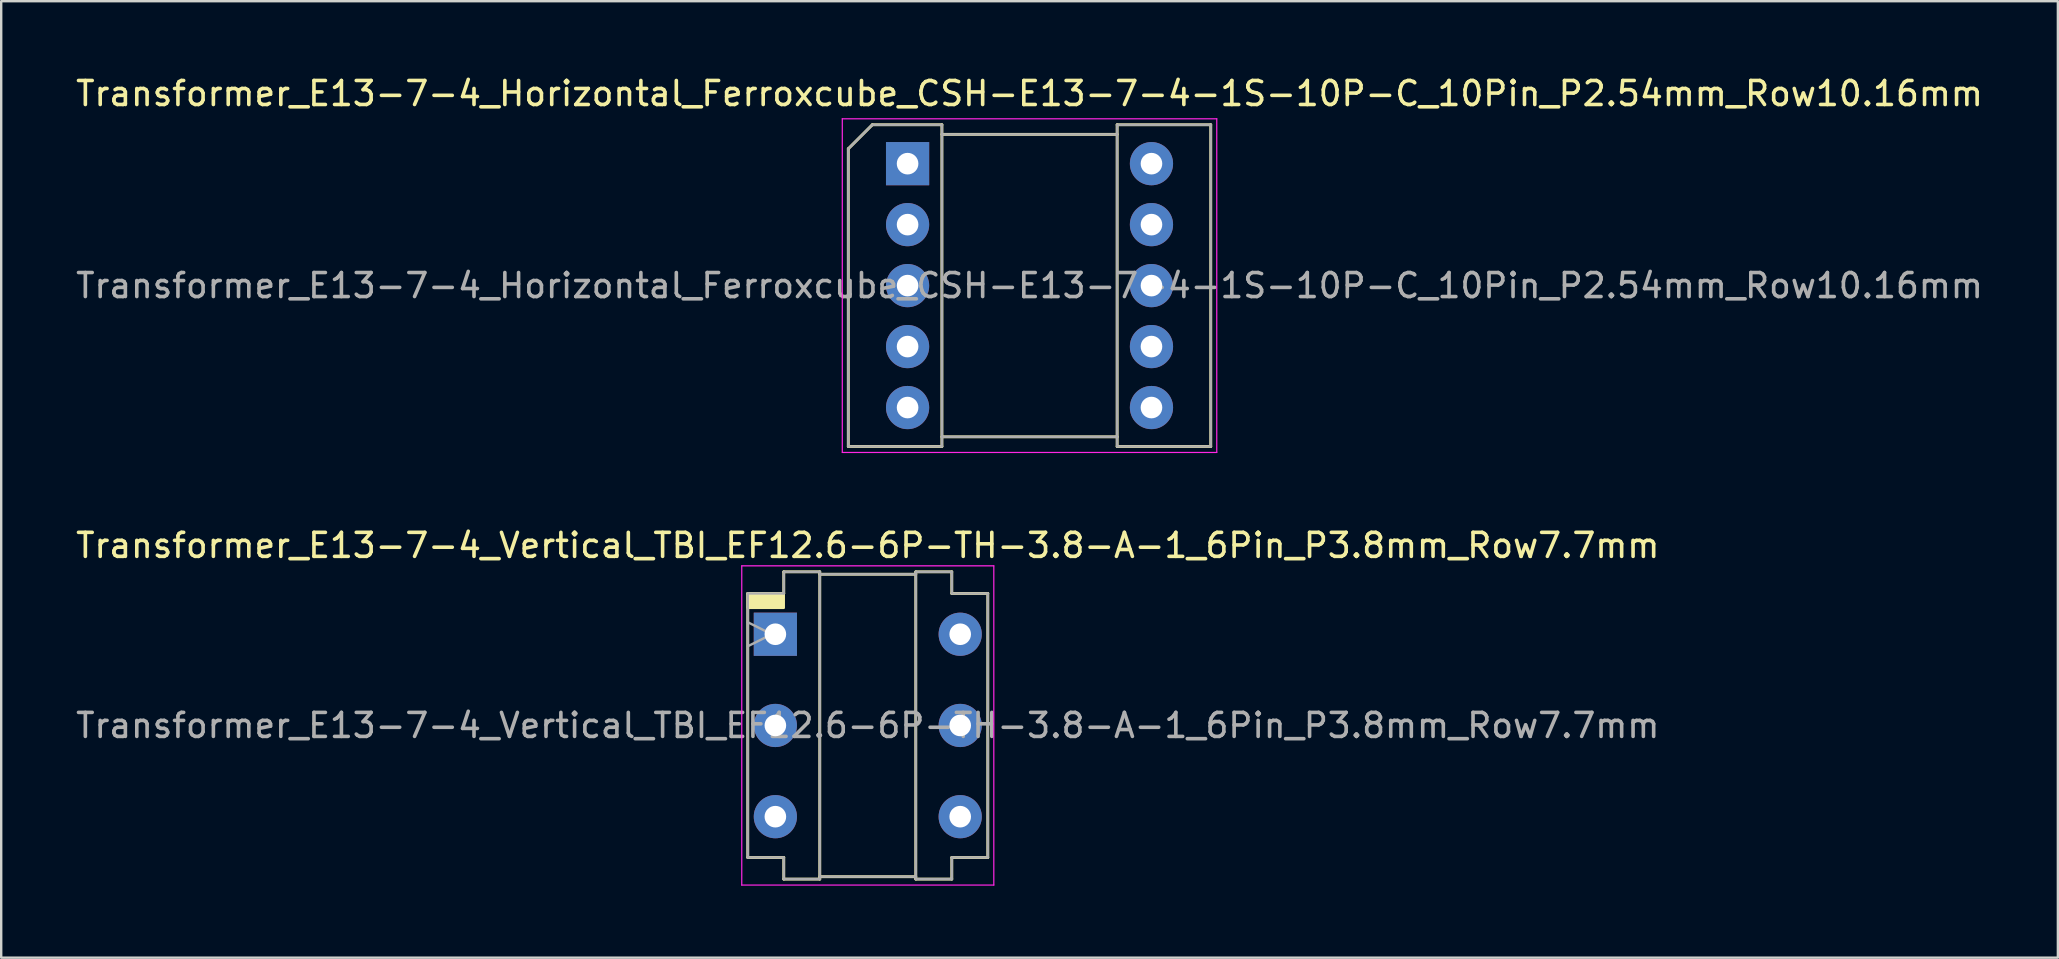
<source format=kicad_pcb>
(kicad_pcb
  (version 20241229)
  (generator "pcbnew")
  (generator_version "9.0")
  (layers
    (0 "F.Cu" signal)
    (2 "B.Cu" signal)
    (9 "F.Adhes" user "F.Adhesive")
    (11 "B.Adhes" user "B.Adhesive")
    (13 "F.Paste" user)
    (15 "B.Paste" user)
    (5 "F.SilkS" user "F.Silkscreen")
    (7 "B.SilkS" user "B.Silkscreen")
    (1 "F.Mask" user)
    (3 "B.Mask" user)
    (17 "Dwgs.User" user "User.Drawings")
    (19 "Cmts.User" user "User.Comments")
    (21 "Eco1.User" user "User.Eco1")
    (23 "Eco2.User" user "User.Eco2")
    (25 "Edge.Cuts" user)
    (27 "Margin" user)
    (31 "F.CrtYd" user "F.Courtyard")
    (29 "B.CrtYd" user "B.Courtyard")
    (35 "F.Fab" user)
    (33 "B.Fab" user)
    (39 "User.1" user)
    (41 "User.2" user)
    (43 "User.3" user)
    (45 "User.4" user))
  (footprint "Transformer_E13-7-4_Horizontal_Ferroxcube_CSH-E13-7-4-1S-10P-C_10Pin_P2.54mm_Row10.16mm"
    (layer "F.Cu")
    (at 34.759 3.768)
    (property "Reference" "Transformer_E13-7-4_Horizontal_Ferroxcube_CSH-E13-7-4-1S-10P-C_10Pin_P2.54mm_Row10.16mm" (at 5.08 -2.92 0) (layer "F.SilkS") (effects (font (size 1 1) (thickness 0.15))))
    (attr through_hole)
    (fp_line (start -2.47 11.78) (end -2.47 -0.62) (stroke (width 0.12) (type solid)) (layer "F.SilkS"))
    (fp_line (start -2.47 11.78) (end 1.43 11.78) (stroke (width 0.12) (type solid)) (layer "F.SilkS"))
    (fp_line (start -1.47 -1.62) (end -2.47 -0.62) (stroke (width 0.12) (type solid)) (layer "F.SilkS"))
    (fp_line (start -1.47 -1.62) (end 1.43 -1.62) (stroke (width 0.12) (type solid)) (layer "F.SilkS"))
    (fp_line (start 1.43 -1.22) (end 8.73 -1.22) (stroke (width 0.12) (type solid)) (layer "F.SilkS"))
    (fp_line (start 1.43 11.78) (end 1.43 -1.62) (stroke (width 0.12) (type solid)) (layer "F.SilkS"))
    (fp_line (start 8.73 -1.62) (end 8.73 11.78) (stroke (width 0.12) (type solid)) (layer "F.SilkS"))
    (fp_line (start 8.73 11.38) (end 1.43 11.38) (stroke (width 0.12) (type solid)) (layer "F.SilkS"))
    (fp_line (start 12.63 -1.62) (end 8.73 -1.62) (stroke (width 0.12) (type solid)) (layer "F.SilkS"))
    (fp_line (start 12.63 -1.62) (end 12.63 11.78) (stroke (width 0.12) (type solid)) (layer "F.SilkS"))
    (fp_line (start 12.63 11.78) (end 8.73 11.78) (stroke (width 0.12) (type solid)) (layer "F.SilkS"))
    (fp_line (start -2.72 -1.87) (end -2.72 12.03) (stroke (width 0.05) (type solid)) (layer "F.CrtYd"))
    (fp_line (start -2.72 -1.87) (end 12.88 -1.87) (stroke (width 0.05) (type solid)) (layer "F.CrtYd"))
    (fp_line (start -2.72 12.03) (end 12.88 12.03) (stroke (width 0.05) (type solid)) (layer "F.CrtYd"))
    (fp_line (start 12.88 -1.87) (end 12.88 12.03) (stroke (width 0.05) (type solid)) (layer "F.CrtYd"))
    (fp_line (start -2.47 11.78) (end -2.47 -0.62) (stroke (width 0.1) (type solid)) (layer "F.Fab"))
    (fp_line (start -2.47 11.78) (end 1.43 11.78) (stroke (width 0.1) (type solid)) (layer "F.Fab"))
    (fp_line (start -1.47 -1.62) (end -2.47 -0.62) (stroke (width 0.1) (type solid)) (layer "F.Fab"))
    (fp_line (start -1.47 -1.62) (end 1.43 -1.62) (stroke (width 0.1) (type solid)) (layer "F.Fab"))
    (fp_line (start 1.43 -1.22) (end 8.73 -1.22) (stroke (width 0.1) (type solid)) (layer "F.Fab"))
    (fp_line (start 1.43 11.78) (end 1.43 -1.62) (stroke (width 0.1) (type solid)) (layer "F.Fab"))
    (fp_line (start 8.73 -1.62) (end 8.73 11.78) (stroke (width 0.1) (type solid)) (layer "F.Fab"))
    (fp_line (start 8.73 11.38) (end 1.43 11.38) (stroke (width 0.1) (type solid)) (layer "F.Fab"))
    (fp_line (start 12.63 -1.62) (end 8.73 -1.62) (stroke (width 0.1) (type solid)) (layer "F.Fab"))
    (fp_line (start 12.63 -1.62) (end 12.63 11.78) (stroke (width 0.1) (type solid)) (layer "F.Fab"))
    (fp_line (start 12.63 11.78) (end 8.73 11.78) (stroke (width 0.1) (type solid)) (layer "F.Fab"))
    (fp_text user "${REFERENCE}" (at 5.08 5.08 0) (layer "F.Fab") (effects (font (size 1 1) (thickness 0.15))))
    (pad "1" thru_hole rect (at 0 0) (size 1.8 1.8) (drill 0.9) (layers "*.Cu" "*.Mask"))
    (pad "2" thru_hole circle (at 0 2.54) (size 1.8 1.8) (drill 0.9) (layers "*.Cu" "*.Mask"))
    (pad "3" thru_hole circle (at 0 5.08) (size 1.8 1.8) (drill 0.9) (layers "*.Cu" "*.Mask"))
    (pad "4" thru_hole circle (at 0 7.62) (size 1.8 1.8) (drill 0.9) (layers "*.Cu" "*.Mask"))
    (pad "5" thru_hole circle (at 0 10.16) (size 1.8 1.8) (drill 0.9) (layers "*.Cu" "*.Mask"))
    (pad "6" thru_hole circle (at 10.16 10.16) (size 1.8 1.8) (drill 0.9) (layers "*.Cu" "*.Mask"))
    (pad "7" thru_hole circle (at 10.16 7.62) (size 1.8 1.8) (drill 0.9) (layers "*.Cu" "*.Mask"))
    (pad "8" thru_hole circle (at 10.16 5.08) (size 1.8 1.8) (drill 0.9) (layers "*.Cu" "*.Mask"))
    (pad "9" thru_hole circle (at 10.16 2.54) (size 1.8 1.8) (drill 0.9) (layers "*.Cu" "*.Mask"))
    (pad "10" thru_hole circle (at 10.16 0) (size 1.8 1.8) (drill 0.9) (layers "*.Cu" "*.Mask")))
  (footprint "Transformer_E13-7-4_Vertical_TBI_EF12.6-6P-TH-3.8-A-1_6Pin_P3.8mm_Row7.7mm"
    (layer "F.Cu")
    (at 33.101 27.172)
    (property "Reference" "Transformer_E13-7-4_Vertical_TBI_EF12.6-6P-TH-3.8-A-1_6Pin_P3.8mm_Row7.7mm" (at 0 -7.5 0) (layer "F.SilkS") (effects (font (size 1 1) (thickness 0.15))))
    (attr through_hole)
    (fp_line (start -5 5.5) (end -5 -5.5) (stroke (width 0.12) (type solid)) (layer "F.SilkS"))
    (fp_line (start -3.5 -6.4) (end -3.5 -5.5) (stroke (width 0.12) (type solid)) (layer "F.SilkS"))
    (fp_line (start -3.5 -6.4) (end -2 -6.4) (stroke (width 0.12) (type solid)) (layer "F.SilkS"))
    (fp_line (start -3.5 -5.5) (end -5 -5.5) (stroke (width 0.12) (type solid)) (layer "F.SilkS"))
    (fp_line (start -3.5 5.5) (end -5 5.5) (stroke (width 0.12) (type solid)) (layer "F.SilkS"))
    (fp_line (start -3.5 5.5) (end -3.5 6.4) (stroke (width 0.12) (type solid)) (layer "F.SilkS"))
    (fp_line (start -3.5 6.4) (end -2 6.4) (stroke (width 0.12) (type solid)) (layer "F.SilkS"))
    (fp_line (start -2 -6.3) (end 2 -6.3) (stroke (width 0.12) (type solid)) (layer "F.SilkS"))
    (fp_line (start -2 6.4) (end -2 -6.4) (stroke (width 0.12) (type solid)) (layer "F.SilkS"))
    (fp_line (start 2 -6.4) (end 2 6.4) (stroke (width 0.12) (type solid)) (layer "F.SilkS"))
    (fp_line (start 2 6.3) (end -2 6.3) (stroke (width 0.12) (type solid)) (layer "F.SilkS"))
    (fp_line (start 3.5 -6.4) (end 2 -6.4) (stroke (width 0.12) (type solid)) (layer "F.SilkS"))
    (fp_line (start 3.5 -6.4) (end 3.5 -5.5) (stroke (width 0.12) (type solid)) (layer "F.SilkS"))
    (fp_line (start 3.5 5.5) (end 3.5 6.4) (stroke (width 0.12) (type solid)) (layer "F.SilkS"))
    (fp_line (start 3.5 6.4) (end 2 6.4) (stroke (width 0.12) (type solid)) (layer "F.SilkS"))
    (fp_line (start 5 -5.5) (end 3.5 -5.5) (stroke (width 0.12) (type solid)) (layer "F.SilkS"))
    (fp_line (start 5 -5.5) (end 5 5.5) (stroke (width 0.12) (type solid)) (layer "F.SilkS"))
    (fp_line (start 5 5.5) (end 3.5 5.5) (stroke (width 0.12) (type solid)) (layer "F.SilkS"))
    (fp_poly (pts (xy -5 -5.5) (xy -3.5 -5.5) (xy -3.5 -4.9) (xy -5 -4.9)) (stroke (width 0.1) (type solid)) (fill yes) (layer "F.SilkS"))
    (fp_line (start -5.25 -6.65) (end -5.25 6.65) (stroke (width 0.05) (type solid)) (layer "F.CrtYd"))
    (fp_line (start -5.25 -6.65) (end 5.25 -6.65) (stroke (width 0.05) (type solid)) (layer "F.CrtYd"))
    (fp_line (start -5.25 6.65) (end 5.25 6.65) (stroke (width 0.05) (type solid)) (layer "F.CrtYd"))
    (fp_line (start 5.25 -6.65) (end 5.25 6.65) (stroke (width 0.05) (type solid)) (layer "F.CrtYd"))
    (fp_line (start -5 -4.3) (end -4 -3.8) (stroke (width 0.1) (type solid)) (layer "F.Fab"))
    (fp_line (start -5 5.5) (end -5 -5.5) (stroke (width 0.1) (type solid)) (layer "F.Fab"))
    (fp_line (start -4 -3.8) (end -5 -3.3) (stroke (width 0.1) (type solid)) (layer "F.Fab"))
    (fp_line (start -3.5 -6.4) (end -3.5 -5.5) (stroke (width 0.1) (type solid)) (layer "F.Fab"))
    (fp_line (start -3.5 -6.4) (end -2 -6.4) (stroke (width 0.1) (type solid)) (layer "F.Fab"))
    (fp_line (start -3.5 -5.5) (end -5 -5.5) (stroke (width 0.1) (type solid)) (layer "F.Fab"))
    (fp_line (start -3.5 5.5) (end -5 5.5) (stroke (width 0.1) (type solid)) (layer "F.Fab"))
    (fp_line (start -3.5 5.5) (end -3.5 6.4) (stroke (width 0.1) (type solid)) (layer "F.Fab"))
    (fp_line (start -3.5 6.4) (end -2 6.4) (stroke (width 0.1) (type solid)) (layer "F.Fab"))
    (fp_line (start -2 -6.3) (end 2 -6.3) (stroke (width 0.1) (type solid)) (layer "F.Fab"))
    (fp_line (start -2 6.4) (end -2 -6.4) (stroke (width 0.1) (type solid)) (layer "F.Fab"))
    (fp_line (start 2 -6.4) (end 2 6.4) (stroke (width 0.1) (type solid)) (layer "F.Fab"))
    (fp_line (start 2 6.3) (end -2 6.3) (stroke (width 0.1) (type solid)) (layer "F.Fab"))
    (fp_line (start 3.5 -6.4) (end 2 -6.4) (stroke (width 0.1) (type solid)) (layer "F.Fab"))
    (fp_line (start 3.5 -6.4) (end 3.5 -5.5) (stroke (width 0.1) (type solid)) (layer "F.Fab"))
    (fp_line (start 3.5 5.5) (end 3.5 6.4) (stroke (width 0.1) (type solid)) (layer "F.Fab"))
    (fp_line (start 3.5 6.4) (end 2 6.4) (stroke (width 0.1) (type solid)) (layer "F.Fab"))
    (fp_line (start 5 -5.5) (end 3.5 -5.5) (stroke (width 0.1) (type solid)) (layer "F.Fab"))
    (fp_line (start 5 -5.5) (end 5 5.5) (stroke (width 0.1) (type solid)) (layer "F.Fab"))
    (fp_line (start 5 5.5) (end 3.5 5.5) (stroke (width 0.1) (type solid)) (layer "F.Fab"))
    (fp_text user "${REFERENCE}" (at 0 0 0) (layer "F.Fab") (effects (font (size 1 1) (thickness 0.15))))
    (pad "1" thru_hole rect (at -3.85 -3.8) (size 1.8 1.8) (drill 0.9) (layers "*.Cu" "*.Mask"))
    (pad "2" thru_hole circle (at -3.85 0) (size 1.8 1.8) (drill 0.9) (layers "*.Cu" "*.Mask"))
    (pad "3" thru_hole circle (at -3.85 3.8) (size 1.8 1.8) (drill 0.9) (layers "*.Cu" "*.Mask"))
    (pad "4" thru_hole circle (at 3.85 3.8) (size 1.8 1.8) (drill 0.9) (layers "*.Cu" "*.Mask"))
    (pad "5" thru_hole circle (at 3.85 0) (size 1.8 1.8) (drill 0.9) (layers "*.Cu" "*.Mask"))
    (pad "6" thru_hole circle (at 3.85 -3.8) (size 1.8 1.8) (drill 0.9) (layers "*.Cu" "*.Mask")))
  (gr_rect
    (start -3 -3)
    (end 82.679 36.846)
    (stroke (width 0.1) (type default))
    (fill no)
    (layer "Edge.Cuts")))
</source>
